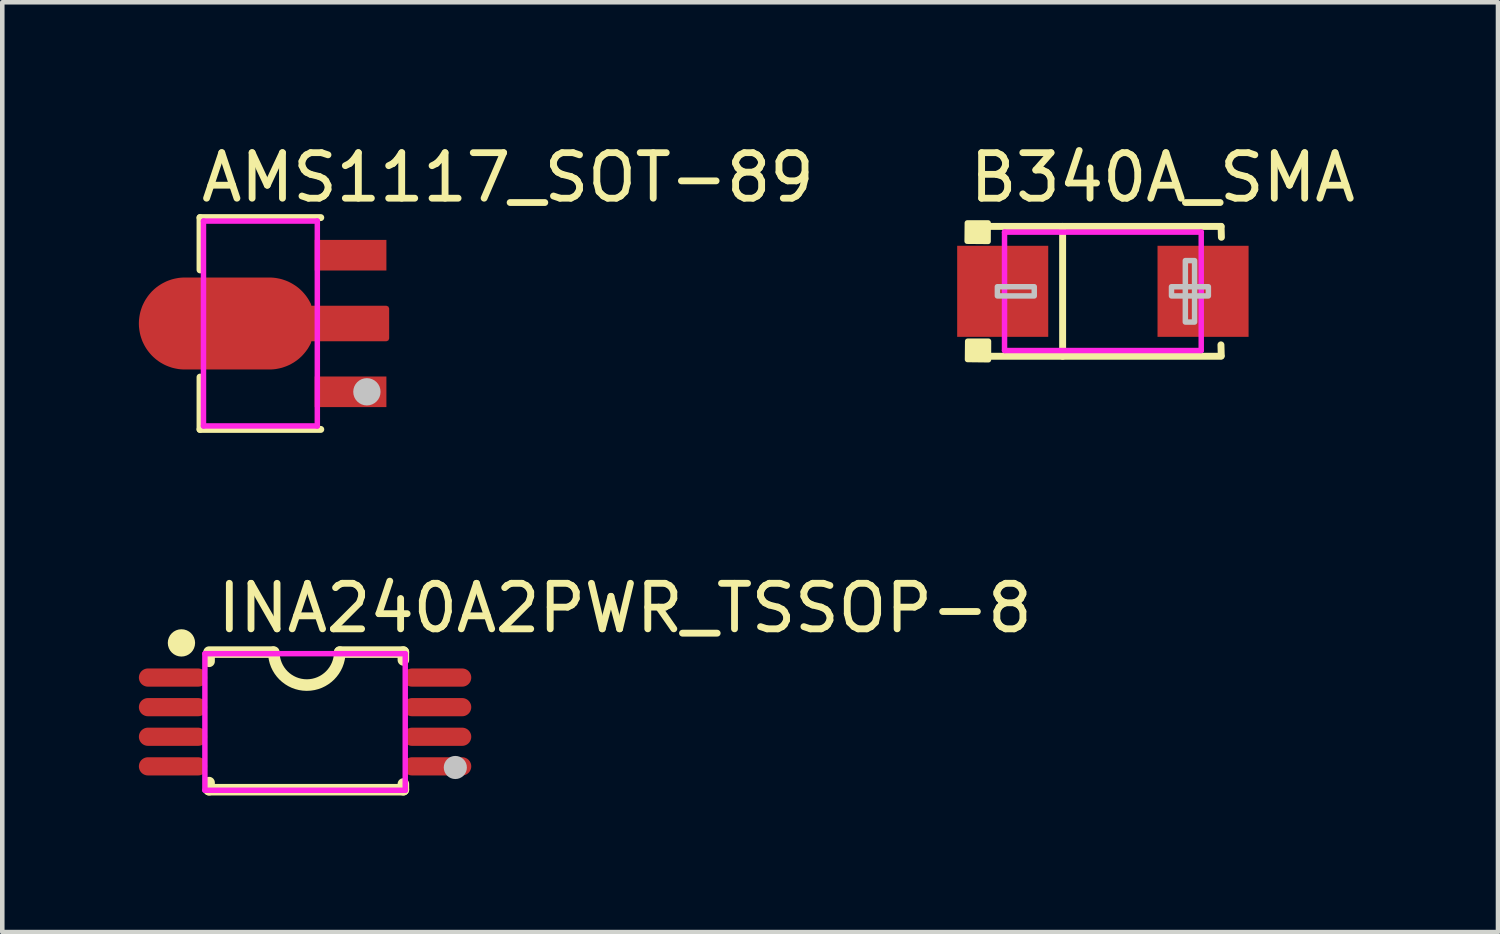
<source format=kicad_pcb>
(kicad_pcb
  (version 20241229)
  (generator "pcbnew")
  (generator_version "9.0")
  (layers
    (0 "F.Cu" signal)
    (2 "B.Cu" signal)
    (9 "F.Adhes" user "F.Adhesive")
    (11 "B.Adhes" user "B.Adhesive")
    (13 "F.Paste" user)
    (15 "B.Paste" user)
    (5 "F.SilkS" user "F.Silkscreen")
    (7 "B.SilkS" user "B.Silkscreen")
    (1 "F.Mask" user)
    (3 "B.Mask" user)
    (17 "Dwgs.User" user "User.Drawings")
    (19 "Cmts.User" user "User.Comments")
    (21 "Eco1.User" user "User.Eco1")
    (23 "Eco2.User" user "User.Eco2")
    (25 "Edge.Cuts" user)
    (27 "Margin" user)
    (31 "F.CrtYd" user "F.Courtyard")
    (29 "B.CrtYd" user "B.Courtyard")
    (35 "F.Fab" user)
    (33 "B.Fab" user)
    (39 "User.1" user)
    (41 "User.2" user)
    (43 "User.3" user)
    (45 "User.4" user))
  (footprint "INA240A2PWR_TSSOP-8"
    (layer "F.Cu")
    (at 3.65 12.806)
    (property "Reference" "INA240A2PWR_TSSOP-8" (at -2 -2.5 180) (layer "F.SilkS") (effects (font (size 1 1) (thickness 0.15)) (justify left)))
    (attr through_hole)
    (fp_line (start -2.108 -1.534) (end -0.711 -1.534) (stroke (width 0.254) (type solid)) (layer "F.SilkS"))
    (fp_line (start -2.108 -1.332) (end -2.108 -1.509) (stroke (width 0.254) (type solid)) (layer "F.SilkS"))
    (fp_line (start -2.108 1.488) (end -2.108 1.332) (stroke (width 0.254) (type solid)) (layer "F.SilkS"))
    (fp_line (start 0.762 -1.534) (end 2.159 -1.534) (stroke (width 0.254) (type solid)) (layer "F.SilkS"))
    (fp_line (start 2.159 -1.534) (end 2.159 -1.362) (stroke (width 0.254) (type solid)) (layer "F.SilkS"))
    (fp_line (start 2.159 1.362) (end 2.159 1.488) (stroke (width 0.254) (type solid)) (layer "F.SilkS"))
    (fp_line (start 2.159 1.488) (end -2.108 1.488) (stroke (width 0.254) (type solid)) (layer "F.SilkS"))
    (fp_arc (start -2.565 -1.735) (mid -2.865003 -1.73573) (end -2.565005 -1.73754) (stroke (width 0.3) (type solid)) (layer "F.SilkS"))
    (fp_arc (start 0.762 -1.534) (mid 0.038 -0.81) (end -0.686 -1.534) (stroke (width 0.254) (type solid)) (layer "F.SilkS"))
    (fp_circle (center 3.3 1) (end 3.427 1) (stroke (width 0.254) (type solid)) (fill no) (layer "Dwgs.User"))
    (fp_line (start -2.61 -1.1) (end -2.19 -1.1) (stroke (width 0.12) (type solid)) (layer "Eco2.User"))
    (fp_line (start -2.61 -0.85) (end -2.61 -1.1) (stroke (width 0.12) (type solid)) (layer "Eco2.User"))
    (fp_line (start -2.61 -0.45) (end -2.19 -0.45) (stroke (width 0.12) (type solid)) (layer "Eco2.User"))
    (fp_line (start -2.61 -0.2) (end -2.61 -0.45) (stroke (width 0.12) (type solid)) (layer "Eco2.User"))
    (fp_line (start -2.61 0.2) (end -2.19 0.2) (stroke (width 0.12) (type solid)) (layer "Eco2.User"))
    (fp_line (start -2.61 0.45) (end -2.61 0.2) (stroke (width 0.12) (type solid)) (layer "Eco2.User"))
    (fp_line (start -2.61 0.85) (end -2.19 0.85) (stroke (width 0.12) (type solid)) (layer "Eco2.User"))
    (fp_line (start -2.61 1.1) (end -2.61 0.85) (stroke (width 0.12) (type solid)) (layer "Eco2.User"))
    (fp_line (start -2.19 -1.1) (end -2.19 -0.85) (stroke (width 0.12) (type solid)) (layer "Eco2.User"))
    (fp_line (start -2.19 -0.85) (end -2.61 -0.85) (stroke (width 0.12) (type solid)) (layer "Eco2.User"))
    (fp_line (start -2.19 -0.45) (end -2.19 -0.2) (stroke (width 0.12) (type solid)) (layer "Eco2.User"))
    (fp_line (start -2.19 -0.2) (end -2.61 -0.2) (stroke (width 0.12) (type solid)) (layer "Eco2.User"))
    (fp_line (start -2.19 0.2) (end -2.19 0.45) (stroke (width 0.12) (type solid)) (layer "Eco2.User"))
    (fp_line (start -2.19 0.45) (end -2.61 0.45) (stroke (width 0.12) (type solid)) (layer "Eco2.User"))
    (fp_line (start -2.19 0.85) (end -2.19 1.1) (stroke (width 0.12) (type solid)) (layer "Eco2.User"))
    (fp_line (start -2.19 1.1) (end -2.61 1.1) (stroke (width 0.12) (type solid)) (layer "Eco2.User"))
    (fp_line (start 2.19 -1.1) (end 2.61 -1.1) (stroke (width 0.12) (type solid)) (layer "Eco2.User"))
    (fp_line (start 2.19 -0.85) (end 2.19 -1.1) (stroke (width 0.12) (type solid)) (layer "Eco2.User"))
    (fp_line (start 2.19 -0.45) (end 2.61 -0.45) (stroke (width 0.12) (type solid)) (layer "Eco2.User"))
    (fp_line (start 2.19 -0.2) (end 2.19 -0.45) (stroke (width 0.12) (type solid)) (layer "Eco2.User"))
    (fp_line (start 2.19 0.2) (end 2.61 0.2) (stroke (width 0.12) (type solid)) (layer "Eco2.User"))
    (fp_line (start 2.19 0.45) (end 2.19 0.2) (stroke (width 0.12) (type solid)) (layer "Eco2.User"))
    (fp_line (start 2.19 0.85) (end 2.61 0.85) (stroke (width 0.12) (type solid)) (layer "Eco2.User"))
    (fp_line (start 2.19 1.1) (end 2.19 0.85) (stroke (width 0.12) (type solid)) (layer "Eco2.User"))
    (fp_line (start 2.61 -1.1) (end 2.61 -0.85) (stroke (width 0.12) (type solid)) (layer "Eco2.User"))
    (fp_line (start 2.61 -0.85) (end 2.19 -0.85) (stroke (width 0.12) (type solid)) (layer "Eco2.User"))
    (fp_line (start 2.61 -0.45) (end 2.61 -0.2) (stroke (width 0.12) (type solid)) (layer "Eco2.User"))
    (fp_line (start 2.61 -0.2) (end 2.19 -0.2) (stroke (width 0.12) (type solid)) (layer "Eco2.User"))
    (fp_line (start 2.61 0.2) (end 2.61 0.45) (stroke (width 0.12) (type solid)) (layer "Eco2.User"))
    (fp_line (start 2.61 0.45) (end 2.19 0.45) (stroke (width 0.12) (type solid)) (layer "Eco2.User"))
    (fp_line (start 2.61 0.85) (end 2.61 1.1) (stroke (width 0.12) (type solid)) (layer "Eco2.User"))
    (fp_line (start 2.61 1.1) (end 2.19 1.1) (stroke (width 0.12) (type solid)) (layer "Eco2.User"))
    (fp_rect (start -3.2 -1.1) (end -2.6 -0.85) (stroke (width 0.12) (type solid)) (fill no) (layer "Eco2.User"))
    (fp_rect (start -3.2 -0.45) (end -2.6 -0.2) (stroke (width 0.12) (type solid)) (fill no) (layer "Eco2.User"))
    (fp_rect (start -3.2 0.2) (end -2.6 0.45) (stroke (width 0.12) (type solid)) (fill no) (layer "Eco2.User"))
    (fp_rect (start -3.2 0.85) (end -2.6 1.1) (stroke (width 0.12) (type solid)) (fill no) (layer "Eco2.User"))
    (fp_rect (start 2.6 -1.1) (end 3.2 -0.85) (stroke (width 0.12) (type solid)) (fill no) (layer "Eco2.User"))
    (fp_rect (start 2.6 -0.45) (end 3.2 -0.2) (stroke (width 0.12) (type solid)) (fill no) (layer "Eco2.User"))
    (fp_rect (start 2.6 0.2) (end 3.2 0.45) (stroke (width 0.12) (type solid)) (fill no) (layer "Eco2.User"))
    (fp_rect (start 2.6 0.85) (end 3.2 1.1) (stroke (width 0.12) (type solid)) (fill no) (layer "Eco2.User"))
    (fp_circle (center 3.15 1.45) (end 3.2 1.45) (stroke (width 0.1) (type solid)) (fill no) (layer "Eco2.User"))
    (fp_line (start -2.2 -1.5) (end 2.2 -1.5) (stroke (width 0.12) (type solid)) (layer "F.CrtYd"))
    (fp_line (start -2.2 1.5) (end -2.2 -1.5) (stroke (width 0.12) (type solid)) (layer "F.CrtYd"))
    (fp_line (start 2.2 -1.5) (end 2.2 1.5) (stroke (width 0.12) (type solid)) (layer "F.CrtYd"))
    (fp_line (start 2.2 1.5) (end -2.2 1.5) (stroke (width 0.12) (type solid)) (layer "F.CrtYd"))
    (pad "1" smd oval (at -2.9 -0.975 90) (size 0.4 1.5) (layers "F.Cu" "F.Mask" "F.Paste"))
    (pad "2" smd oval (at -2.9 -0.325 90) (size 0.4 1.5) (layers "F.Cu" "F.Mask" "F.Paste"))
    (pad "3" smd oval (at -2.9 0.325 90) (size 0.4 1.5) (layers "F.Cu" "F.Mask" "F.Paste"))
    (pad "4" smd oval (at -2.9 0.975 90) (size 0.4 1.5) (layers "F.Cu" "F.Mask" "F.Paste"))
    (pad "5" smd oval (at 2.9 0.975 90) (size 0.4 1.5) (layers "F.Cu" "F.Mask" "F.Paste"))
    (pad "6" smd oval (at 2.9 0.325 90) (size 0.4 1.5) (layers "F.Cu" "F.Mask" "F.Paste"))
    (pad "7" smd oval (at 2.9 -0.325 90) (size 0.4 1.5) (layers "F.Cu" "F.Mask" "F.Paste"))
    (pad "8" smd oval (at 2.9 -0.975 90) (size 0.4 1.5) (layers "F.Cu" "F.Mask" "F.Paste")))
  (footprint "AMS1117_SOT-89"
    (layer "F.Cu")
    (at 3.293 4.055)
    (property "Reference" "AMS1117_SOT-89" (at -2 -3.207 0) (layer "F.SilkS") (effects (font (size 1 1) (thickness 0.15)) (justify left)))
    (attr through_hole)
    (fp_line (start -1.95 -2.326) (end -1.95 -1.177) (stroke (width 0.152) (type solid)) (layer "F.SilkS"))
    (fp_line (start -1.95 2.326) (end -1.95 1.177) (stroke (width 0.152) (type solid)) (layer "F.SilkS"))
    (fp_line (start 0.702 -2.326) (end -1.95 -2.326) (stroke (width 0.152) (type solid)) (layer "F.SilkS"))
    (fp_line (start 0.702 2.326) (end -1.95 2.326) (stroke (width 0.152) (type solid)) (layer "F.SilkS"))
    (fp_circle (center 1.715 1.5) (end 1.865 1.5) (stroke (width 0.3) (type solid)) (fill no) (layer "Dwgs.User"))
    (fp_circle (center 1.724 2.25) (end 1.754 2.25) (stroke (width 0.06) (type solid)) (fill no) (layer "Eco2.User"))
    (fp_poly (pts (xy 0.624 -1.75) (xy 1.724 -1.75) (xy 1.724 -1.25) (xy 0.624 -1.25)) (stroke (width 0.12) (type solid)) (fill no) (layer "Eco2.User"))
    (fp_poly (pts (xy 0.624 1.25) (xy 1.724 1.25) (xy 1.724 1.75) (xy 0.624 1.75)) (stroke (width 0.12) (type solid)) (fill no) (layer "Eco2.User"))
    (fp_poly (pts (xy 0.439 0.26) (xy 1.724 0.26) (xy 1.724 -0.26) (xy 0.439 -0.26) (xy -0.136 -0.863) (xy -2 -0.863) (xy -2.471 -0.288) (xy -2.471 0.287) (xy -2 0.862) (xy -0.136 0.862)) (stroke (width 0.12) (type solid)) (fill no) (layer "Eco2.User"))
    (fp_line (start -1.874 -2.25) (end 0.626 -2.25) (stroke (width 0.12) (type solid)) (layer "F.CrtYd"))
    (fp_line (start -1.874 2.25) (end -1.874 -2.25) (stroke (width 0.12) (type solid)) (layer "F.CrtYd"))
    (fp_line (start 0.626 -2.25) (end 0.626 2.25) (stroke (width 0.12) (type solid)) (layer "F.CrtYd"))
    (fp_line (start 0.626 2.25) (end -1.874 2.25) (stroke (width 0.12) (type solid)) (layer "F.CrtYd"))
    (pad "1" smd rect (at 1.356 1.5) (size 1.575 0.672) (layers "F.Cu" "F.Mask" "F.Paste"))
    (pad "2" smd custom (at -1.356 0 90) (size 0.102 0.102) (layers "F.Cu" "F.Mask" "F.Paste") (options (anchor circle)) (primitives (gr_poly (pts (xy 0.95 -0.927) (xy 0.95 0.927) (xy 0.949 0.972) (xy 0.946 1.016) (xy 0.941 1.06) (xy 0.933 1.104) (xy 0.924 1.148) (xy 0.913 1.191) (xy 0.899 1.233) (xy 0.884 1.275) (xy 0.867 1.316) (xy 0.847 1.357) (xy 0.826 1.396) (xy 0.803 1.434) (xy 0.779 1.471) (xy 0.753 1.507) (xy 0.725 1.542) (xy 0.695 1.575) (xy 0.664 1.607) (xy 0.631 1.637) (xy 0.597 1.666) (xy 0.562 1.693) (xy 0.525 1.719) (xy 0.488 1.742) (xy 0.449 1.764) (xy 0.409 1.785) (xy 0.33 1.803) (xy 0.33 3.5) (xy -0.33 3.5) (xy -0.33 1.803) (xy -0.409 1.785) (xy -0.449 1.764) (xy -0.488 1.742) (xy -0.526 1.719) (xy -0.562 1.693) (xy -0.597 1.666) (xy -0.631 1.637) (xy -0.664 1.607) (xy -0.695 1.575) (xy -0.725 1.542) (xy -0.753 1.507) (xy -0.779 1.471) (xy -0.804 1.434) (xy -0.826 1.396) (xy -0.848 1.357) (xy -0.867 1.316) (xy -0.884 1.275) (xy -0.899 1.233) (xy -0.913 1.191) (xy -0.924 1.148) (xy -0.933 1.104) (xy -0.941 1.06) (xy -0.946 1.016) (xy -0.949 0.972) (xy -0.95 0.927) (xy -0.95 -0.927) (xy -0.949 -0.971) (xy -0.946 -1.016) (xy -0.941 -1.06) (xy -0.933 -1.104) (xy -0.924 -1.148) (xy -0.913 -1.191) (xy -0.899 -1.233) (xy -0.884 -1.275) (xy -0.867 -1.316) (xy -0.848 -1.356) (xy -0.826 -1.396) (xy -0.804 -1.434) (xy -0.779 -1.471) (xy -0.753 -1.507) (xy -0.725 -1.541) (xy -0.695 -1.575) (xy -0.664 -1.607) (xy -0.631 -1.637) (xy -0.597 -1.666) (xy -0.562 -1.693) (xy -0.526 -1.718) (xy -0.488 -1.742) (xy -0.449 -1.764) (xy -0.409 -1.784) (xy -0.369 -1.803) (xy -0.327 -1.819) (xy -0.285 -1.833) (xy -0.242 -1.846) (xy -0.199 -1.856) (xy -0.155 -1.864) (xy -0.111 -1.87) (xy -0.067 -1.875) (xy -0.022 -1.877) (xy 0.022 -1.877) (xy 0.067 -1.875) (xy 0.111 -1.87) (xy 0.155 -1.864) (xy 0.199 -1.856) (xy 0.242 -1.846) (xy 0.285 -1.833) (xy 0.327 -1.819) (xy 0.369 -1.803) (xy 0.409 -1.784) (xy 0.449 -1.764) (xy 0.488 -1.742) (xy 0.525 -1.718) (xy 0.562 -1.693) (xy 0.597 -1.666) (xy 0.631 -1.637) (xy 0.664 -1.607) (xy 0.695 -1.575) (xy 0.725 -1.541) (xy 0.753 -1.507) (xy 0.779 -1.471) (xy 0.803 -1.434) (xy 0.826 -1.396) (xy 0.847 -1.356) (xy 0.867 -1.316) (xy 0.884 -1.275) (xy 0.899 -1.233) (xy 0.913 -1.191) (xy 0.924 -1.148) (xy 0.933 -1.104) (xy 0.941 -1.06) (xy 0.946 -1.016) (xy 0.949 -0.971) (xy 0.95 -0.927)) (width 0.12) (fill yes))))
    (pad "3" smd rect (at 1.356 -1.5) (size 1.575 0.672) (layers "F.Cu" "F.Mask" "F.Paste")))
  (footprint "B340A_SMA"
    (layer "F.Cu")
    (at 21.172 3.348)
    (property "Reference" "B340A_SMA" (at -3 -2.5 0) (layer "F.SilkS") (effects (font (size 1 1) (thickness 0.15)) (justify left)))
    (attr through_hole)
    (fp_line (start -2.596 -1.426) (end 2.596 -1.426) (stroke (width 0.152) (type solid)) (layer "F.SilkS"))
    (fp_line (start -2.596 1.426) (end 2.596 1.426) (stroke (width 0.152) (type solid)) (layer "F.SilkS"))
    (fp_line (start -0.884 -1.426) (end -0.884 1.426) (stroke (width 0.152) (type solid)) (layer "F.SilkS"))
    (fp_line (start 2.593 1.176) (end 2.6 1.415) (stroke (width 0.152) (type solid)) (layer "F.SilkS"))
    (fp_line (start 2.596 -1.426) (end 2.603 -1.187) (stroke (width 0.152) (type solid)) (layer "F.SilkS"))
    (fp_poly (pts (xy -2.52 -1.502) (xy -2.521 -1.096) (xy -2.981 -1.1) (xy -2.977 -1.502)) (stroke (width 0.12) (type solid)) (fill yes) (layer "F.SilkS"))
    (fp_poly (pts (xy -2.512 1.096) (xy -2.513 1.503) (xy -2.973 1.498) (xy -2.969 1.096)) (stroke (width 0.12) (type solid)) (fill yes) (layer "F.SilkS"))
    (fp_poly (pts (xy -2.317 0.101) (xy -2.317 -0.101) (xy -1.507 -0.101) (xy -1.507 0.101)) (stroke (width 0.12) (type solid)) (fill no) (layer "Dwgs.User"))
    (fp_poly (pts (xy 2.014 0.675) (xy 2.014 -0.675) (xy 1.811 -0.675) (xy 1.811 0.675)) (stroke (width 0.12) (type solid)) (fill no) (layer "Dwgs.User"))
    (fp_poly (pts (xy 2.317 0.101) (xy 2.317 -0.101) (xy 1.507 -0.101) (xy 1.507 0.101)) (stroke (width 0.12) (type solid)) (fill no) (layer "Dwgs.User"))
    (fp_circle (center -2.56 1.3) (end -2.53 1.3) (stroke (width 0.06) (type solid)) (fill no) (layer "Eco2.User"))
    (fp_poly (pts (xy -1.435 -0.725) (xy -1.435 0.725) (xy -2.56 0.725) (xy -2.56 -0.725)) (stroke (width 0.12) (type solid)) (fill no) (layer "Eco2.User"))
    (fp_poly (pts (xy 2.56 -0.725) (xy 2.56 0.725) (xy 1.435 0.725) (xy 1.435 -0.725)) (stroke (width 0.12) (type solid)) (fill no) (layer "Eco2.User"))
    (fp_line (start -2.16 -1.3) (end 2.16 -1.3) (stroke (width 0.12) (type solid)) (layer "F.CrtYd"))
    (fp_line (start -2.16 1.3) (end -2.16 -1.3) (stroke (width 0.12) (type solid)) (layer "F.CrtYd"))
    (fp_line (start 2.16 -1.3) (end 2.16 1.3) (stroke (width 0.12) (type solid)) (layer "F.CrtYd"))
    (fp_line (start 2.16 1.3) (end -2.16 1.3) (stroke (width 0.12) (type solid)) (layer "F.CrtYd"))
    (pad "1" smd rect (at -2.2 0 180) (size 2 2) (layers "F.Cu" "F.Mask" "F.Paste"))
    (pad "2" smd rect (at 2.2 0 180) (size 2 2) (layers "F.Cu" "F.Mask" "F.Paste")))
  (gr_rect
    (start -3 -3)
    (end 29.85 17.421)
    (stroke (width 0.1) (type default))
    (fill no)
    (layer "Edge.Cuts")))
</source>
